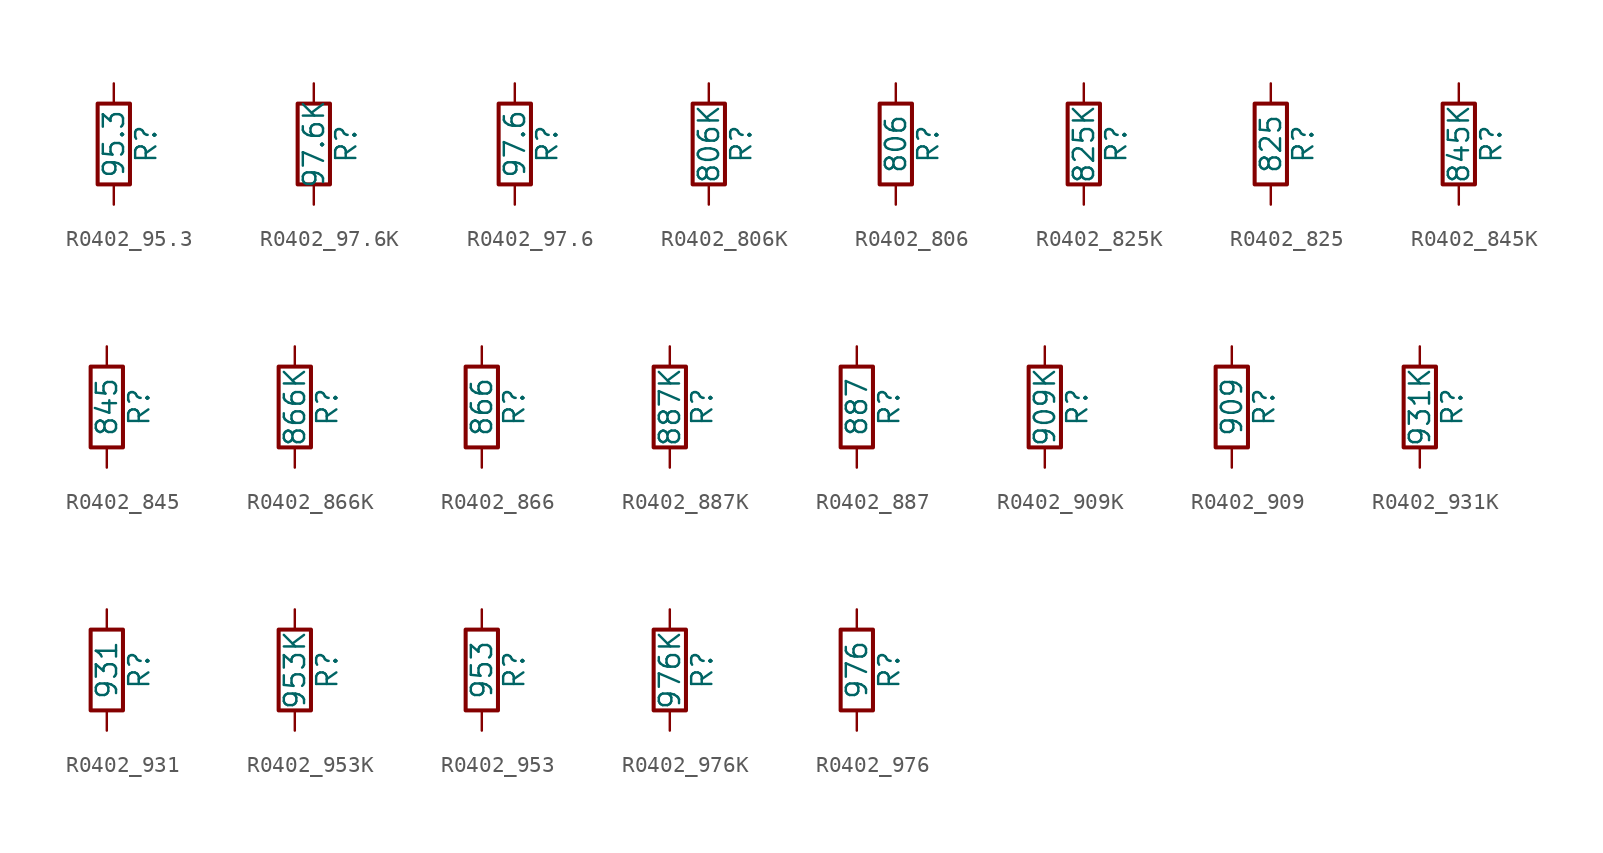
<source format=kicad_sym>
(kicad_symbol_lib
  (version 20211014)
  (generator atlantix-eda)
  (symbol "R0402_95.3"
    (pin_numbers hide)
    (pin_names
      (offset 0))
    (property "Reference" "R"
      (at 2.032 0 90)
      (effects (font (size 1.27 1.27))))
    (property "Value" "95.3"
      (at 0 0 90)
      (effects (font (size 1.27 1.27))))
    (symbol "R0402_95.3_0_1"
      (rectangle (start -1.016 -2.54) (end 1.016 2.54) (stroke (width 0.254) (type default) (color 0 0 0 0)) (fill (type none))))
    (symbol "R0402_95.3_1_1"
      (pin passive line (at 0 3.81 270) (length 1.27) (name "~" (effects (font (size 1.27 1.27)))) (number "1" (effects (font (size 1.27 1.27)))))
      (pin passive line (at 0 -3.81 90) (length 1.27) (name "~" (effects (font (size 1.27 1.27)))) (number "2" (effects (font (size 1.27 1.27)))))))
  (symbol "R0402_97.6K"
    (pin_numbers hide)
    (pin_names
      (offset 0))
    (property "Reference" "R"
      (at 2.032 0 90)
      (effects (font (size 1.27 1.27))))
    (property "Value" "97.6K"
      (at 0 0 90)
      (effects (font (size 1.27 1.27))))
    (symbol "R0402_97.6K_0_1"
      (rectangle (start -1.016 -2.54) (end 1.016 2.54) (stroke (width 0.254) (type default) (color 0 0 0 0)) (fill (type none))))
    (symbol "R0402_97.6K_1_1"
      (pin passive line (at 0 3.81 270) (length 1.27) (name "~" (effects (font (size 1.27 1.27)))) (number "1" (effects (font (size 1.27 1.27)))))
      (pin passive line (at 0 -3.81 90) (length 1.27) (name "~" (effects (font (size 1.27 1.27)))) (number "2" (effects (font (size 1.27 1.27)))))))
  (symbol "R0402_97.6"
    (pin_numbers hide)
    (pin_names
      (offset 0))
    (property "Reference" "R"
      (at 2.032 0 90)
      (effects (font (size 1.27 1.27))))
    (property "Value" "97.6"
      (at 0 0 90)
      (effects (font (size 1.27 1.27))))
    (symbol "R0402_97.6_0_1"
      (rectangle (start -1.016 -2.54) (end 1.016 2.54) (stroke (width 0.254) (type default) (color 0 0 0 0)) (fill (type none))))
    (symbol "R0402_97.6_1_1"
      (pin passive line (at 0 3.81 270) (length 1.27) (name "~" (effects (font (size 1.27 1.27)))) (number "1" (effects (font (size 1.27 1.27)))))
      (pin passive line (at 0 -3.81 90) (length 1.27) (name "~" (effects (font (size 1.27 1.27)))) (number "2" (effects (font (size 1.27 1.27)))))))
  (symbol "R0402_806K"
    (pin_numbers hide)
    (pin_names
      (offset 0))
    (property "Reference" "R"
      (at 2.032 0 90)
      (effects (font (size 1.27 1.27))))
    (property "Value" "806K"
      (at 0 0 90)
      (effects (font (size 1.27 1.27))))
    (symbol "R0402_806K_0_1"
      (rectangle (start -1.016 -2.54) (end 1.016 2.54) (stroke (width 0.254) (type default) (color 0 0 0 0)) (fill (type none))))
    (symbol "R0402_806K_1_1"
      (pin passive line (at 0 3.81 270) (length 1.27) (name "~" (effects (font (size 1.27 1.27)))) (number "1" (effects (font (size 1.27 1.27)))))
      (pin passive line (at 0 -3.81 90) (length 1.27) (name "~" (effects (font (size 1.27 1.27)))) (number "2" (effects (font (size 1.27 1.27)))))))
  (symbol "R0402_806"
    (pin_numbers hide)
    (pin_names
      (offset 0))
    (property "Reference" "R"
      (at 2.032 0 90)
      (effects (font (size 1.27 1.27))))
    (property "Value" "806"
      (at 0 0 90)
      (effects (font (size 1.27 1.27))))
    (symbol "R0402_806_0_1"
      (rectangle (start -1.016 -2.54) (end 1.016 2.54) (stroke (width 0.254) (type default) (color 0 0 0 0)) (fill (type none))))
    (symbol "R0402_806_1_1"
      (pin passive line (at 0 3.81 270) (length 1.27) (name "~" (effects (font (size 1.27 1.27)))) (number "1" (effects (font (size 1.27 1.27)))))
      (pin passive line (at 0 -3.81 90) (length 1.27) (name "~" (effects (font (size 1.27 1.27)))) (number "2" (effects (font (size 1.27 1.27)))))))
  (symbol "R0402_825K"
    (pin_numbers hide)
    (pin_names
      (offset 0))
    (property "Reference" "R"
      (at 2.032 0 90)
      (effects (font (size 1.27 1.27))))
    (property "Value" "825K"
      (at 0 0 90)
      (effects (font (size 1.27 1.27))))
    (symbol "R0402_825K_0_1"
      (rectangle (start -1.016 -2.54) (end 1.016 2.54) (stroke (width 0.254) (type default) (color 0 0 0 0)) (fill (type none))))
    (symbol "R0402_825K_1_1"
      (pin passive line (at 0 3.81 270) (length 1.27) (name "~" (effects (font (size 1.27 1.27)))) (number "1" (effects (font (size 1.27 1.27)))))
      (pin passive line (at 0 -3.81 90) (length 1.27) (name "~" (effects (font (size 1.27 1.27)))) (number "2" (effects (font (size 1.27 1.27)))))))
  (symbol "R0402_825"
    (pin_numbers hide)
    (pin_names
      (offset 0))
    (property "Reference" "R"
      (at 2.032 0 90)
      (effects (font (size 1.27 1.27))))
    (property "Value" "825"
      (at 0 0 90)
      (effects (font (size 1.27 1.27))))
    (symbol "R0402_825_0_1"
      (rectangle (start -1.016 -2.54) (end 1.016 2.54) (stroke (width 0.254) (type default) (color 0 0 0 0)) (fill (type none))))
    (symbol "R0402_825_1_1"
      (pin passive line (at 0 3.81 270) (length 1.27) (name "~" (effects (font (size 1.27 1.27)))) (number "1" (effects (font (size 1.27 1.27)))))
      (pin passive line (at 0 -3.81 90) (length 1.27) (name "~" (effects (font (size 1.27 1.27)))) (number "2" (effects (font (size 1.27 1.27)))))))
  (symbol "R0402_845K"
    (pin_numbers hide)
    (pin_names
      (offset 0))
    (property "Reference" "R"
      (at 2.032 0 90)
      (effects (font (size 1.27 1.27))))
    (property "Value" "845K"
      (at 0 0 90)
      (effects (font (size 1.27 1.27))))
    (symbol "R0402_845K_0_1"
      (rectangle (start -1.016 -2.54) (end 1.016 2.54) (stroke (width 0.254) (type default) (color 0 0 0 0)) (fill (type none))))
    (symbol "R0402_845K_1_1"
      (pin passive line (at 0 3.81 270) (length 1.27) (name "~" (effects (font (size 1.27 1.27)))) (number "1" (effects (font (size 1.27 1.27)))))
      (pin passive line (at 0 -3.81 90) (length 1.27) (name "~" (effects (font (size 1.27 1.27)))) (number "2" (effects (font (size 1.27 1.27)))))))
  (symbol "R0402_845"
    (pin_numbers hide)
    (pin_names
      (offset 0))
    (property "Reference" "R"
      (at 2.032 0 90)
      (effects (font (size 1.27 1.27))))
    (property "Value" "845"
      (at 0 0 90)
      (effects (font (size 1.27 1.27))))
    (symbol "R0402_845_0_1"
      (rectangle (start -1.016 -2.54) (end 1.016 2.54) (stroke (width 0.254) (type default) (color 0 0 0 0)) (fill (type none))))
    (symbol "R0402_845_1_1"
      (pin passive line (at 0 3.81 270) (length 1.27) (name "~" (effects (font (size 1.27 1.27)))) (number "1" (effects (font (size 1.27 1.27)))))
      (pin passive line (at 0 -3.81 90) (length 1.27) (name "~" (effects (font (size 1.27 1.27)))) (number "2" (effects (font (size 1.27 1.27)))))))
  (symbol "R0402_866K"
    (pin_numbers hide)
    (pin_names
      (offset 0))
    (property "Reference" "R"
      (at 2.032 0 90)
      (effects (font (size 1.27 1.27))))
    (property "Value" "866K"
      (at 0 0 90)
      (effects (font (size 1.27 1.27))))
    (symbol "R0402_866K_0_1"
      (rectangle (start -1.016 -2.54) (end 1.016 2.54) (stroke (width 0.254) (type default) (color 0 0 0 0)) (fill (type none))))
    (symbol "R0402_866K_1_1"
      (pin passive line (at 0 3.81 270) (length 1.27) (name "~" (effects (font (size 1.27 1.27)))) (number "1" (effects (font (size 1.27 1.27)))))
      (pin passive line (at 0 -3.81 90) (length 1.27) (name "~" (effects (font (size 1.27 1.27)))) (number "2" (effects (font (size 1.27 1.27)))))))
  (symbol "R0402_866"
    (pin_numbers hide)
    (pin_names
      (offset 0))
    (property "Reference" "R"
      (at 2.032 0 90)
      (effects (font (size 1.27 1.27))))
    (property "Value" "866"
      (at 0 0 90)
      (effects (font (size 1.27 1.27))))
    (symbol "R0402_866_0_1"
      (rectangle (start -1.016 -2.54) (end 1.016 2.54) (stroke (width 0.254) (type default) (color 0 0 0 0)) (fill (type none))))
    (symbol "R0402_866_1_1"
      (pin passive line (at 0 3.81 270) (length 1.27) (name "~" (effects (font (size 1.27 1.27)))) (number "1" (effects (font (size 1.27 1.27)))))
      (pin passive line (at 0 -3.81 90) (length 1.27) (name "~" (effects (font (size 1.27 1.27)))) (number "2" (effects (font (size 1.27 1.27)))))))
  (symbol "R0402_887K"
    (pin_numbers hide)
    (pin_names
      (offset 0))
    (property "Reference" "R"
      (at 2.032 0 90)
      (effects (font (size 1.27 1.27))))
    (property "Value" "887K"
      (at 0 0 90)
      (effects (font (size 1.27 1.27))))
    (symbol "R0402_887K_0_1"
      (rectangle (start -1.016 -2.54) (end 1.016 2.54) (stroke (width 0.254) (type default) (color 0 0 0 0)) (fill (type none))))
    (symbol "R0402_887K_1_1"
      (pin passive line (at 0 3.81 270) (length 1.27) (name "~" (effects (font (size 1.27 1.27)))) (number "1" (effects (font (size 1.27 1.27)))))
      (pin passive line (at 0 -3.81 90) (length 1.27) (name "~" (effects (font (size 1.27 1.27)))) (number "2" (effects (font (size 1.27 1.27)))))))
  (symbol "R0402_887"
    (pin_numbers hide)
    (pin_names
      (offset 0))
    (property "Reference" "R"
      (at 2.032 0 90)
      (effects (font (size 1.27 1.27))))
    (property "Value" "887"
      (at 0 0 90)
      (effects (font (size 1.27 1.27))))
    (symbol "R0402_887_0_1"
      (rectangle (start -1.016 -2.54) (end 1.016 2.54) (stroke (width 0.254) (type default) (color 0 0 0 0)) (fill (type none))))
    (symbol "R0402_887_1_1"
      (pin passive line (at 0 3.81 270) (length 1.27) (name "~" (effects (font (size 1.27 1.27)))) (number "1" (effects (font (size 1.27 1.27)))))
      (pin passive line (at 0 -3.81 90) (length 1.27) (name "~" (effects (font (size 1.27 1.27)))) (number "2" (effects (font (size 1.27 1.27)))))))
  (symbol "R0402_909K"
    (pin_numbers hide)
    (pin_names
      (offset 0))
    (property "Reference" "R"
      (at 2.032 0 90)
      (effects (font (size 1.27 1.27))))
    (property "Value" "909K"
      (at 0 0 90)
      (effects (font (size 1.27 1.27))))
    (symbol "R0402_909K_0_1"
      (rectangle (start -1.016 -2.54) (end 1.016 2.54) (stroke (width 0.254) (type default) (color 0 0 0 0)) (fill (type none))))
    (symbol "R0402_909K_1_1"
      (pin passive line (at 0 3.81 270) (length 1.27) (name "~" (effects (font (size 1.27 1.27)))) (number "1" (effects (font (size 1.27 1.27)))))
      (pin passive line (at 0 -3.81 90) (length 1.27) (name "~" (effects (font (size 1.27 1.27)))) (number "2" (effects (font (size 1.27 1.27)))))))
  (symbol "R0402_909"
    (pin_numbers hide)
    (pin_names
      (offset 0))
    (property "Reference" "R"
      (at 2.032 0 90)
      (effects (font (size 1.27 1.27))))
    (property "Value" "909"
      (at 0 0 90)
      (effects (font (size 1.27 1.27))))
    (symbol "R0402_909_0_1"
      (rectangle (start -1.016 -2.54) (end 1.016 2.54) (stroke (width 0.254) (type default) (color 0 0 0 0)) (fill (type none))))
    (symbol "R0402_909_1_1"
      (pin passive line (at 0 3.81 270) (length 1.27) (name "~" (effects (font (size 1.27 1.27)))) (number "1" (effects (font (size 1.27 1.27)))))
      (pin passive line (at 0 -3.81 90) (length 1.27) (name "~" (effects (font (size 1.27 1.27)))) (number "2" (effects (font (size 1.27 1.27)))))))
  (symbol "R0402_931K"
    (pin_numbers hide)
    (pin_names
      (offset 0))
    (property "Reference" "R"
      (at 2.032 0 90)
      (effects (font (size 1.27 1.27))))
    (property "Value" "931K"
      (at 0 0 90)
      (effects (font (size 1.27 1.27))))
    (symbol "R0402_931K_0_1"
      (rectangle (start -1.016 -2.54) (end 1.016 2.54) (stroke (width 0.254) (type default) (color 0 0 0 0)) (fill (type none))))
    (symbol "R0402_931K_1_1"
      (pin passive line (at 0 3.81 270) (length 1.27) (name "~" (effects (font (size 1.27 1.27)))) (number "1" (effects (font (size 1.27 1.27)))))
      (pin passive line (at 0 -3.81 90) (length 1.27) (name "~" (effects (font (size 1.27 1.27)))) (number "2" (effects (font (size 1.27 1.27)))))))
  (symbol "R0402_931"
    (pin_numbers hide)
    (pin_names
      (offset 0))
    (property "Reference" "R"
      (at 2.032 0 90)
      (effects (font (size 1.27 1.27))))
    (property "Value" "931"
      (at 0 0 90)
      (effects (font (size 1.27 1.27))))
    (symbol "R0402_931_0_1"
      (rectangle (start -1.016 -2.54) (end 1.016 2.54) (stroke (width 0.254) (type default) (color 0 0 0 0)) (fill (type none))))
    (symbol "R0402_931_1_1"
      (pin passive line (at 0 3.81 270) (length 1.27) (name "~" (effects (font (size 1.27 1.27)))) (number "1" (effects (font (size 1.27 1.27)))))
      (pin passive line (at 0 -3.81 90) (length 1.27) (name "~" (effects (font (size 1.27 1.27)))) (number "2" (effects (font (size 1.27 1.27)))))))
  (symbol "R0402_953K"
    (pin_numbers hide)
    (pin_names
      (offset 0))
    (property "Reference" "R"
      (at 2.032 0 90)
      (effects (font (size 1.27 1.27))))
    (property "Value" "953K"
      (at 0 0 90)
      (effects (font (size 1.27 1.27))))
    (symbol "R0402_953K_0_1"
      (rectangle (start -1.016 -2.54) (end 1.016 2.54) (stroke (width 0.254) (type default) (color 0 0 0 0)) (fill (type none))))
    (symbol "R0402_953K_1_1"
      (pin passive line (at 0 3.81 270) (length 1.27) (name "~" (effects (font (size 1.27 1.27)))) (number "1" (effects (font (size 1.27 1.27)))))
      (pin passive line (at 0 -3.81 90) (length 1.27) (name "~" (effects (font (size 1.27 1.27)))) (number "2" (effects (font (size 1.27 1.27)))))))
  (symbol "R0402_953"
    (pin_numbers hide)
    (pin_names
      (offset 0))
    (property "Reference" "R"
      (at 2.032 0 90)
      (effects (font (size 1.27 1.27))))
    (property "Value" "953"
      (at 0 0 90)
      (effects (font (size 1.27 1.27))))
    (symbol "R0402_953_0_1"
      (rectangle (start -1.016 -2.54) (end 1.016 2.54) (stroke (width 0.254) (type default) (color 0 0 0 0)) (fill (type none))))
    (symbol "R0402_953_1_1"
      (pin passive line (at 0 3.81 270) (length 1.27) (name "~" (effects (font (size 1.27 1.27)))) (number "1" (effects (font (size 1.27 1.27)))))
      (pin passive line (at 0 -3.81 90) (length 1.27) (name "~" (effects (font (size 1.27 1.27)))) (number "2" (effects (font (size 1.27 1.27)))))))
  (symbol "R0402_976K"
    (pin_numbers hide)
    (pin_names
      (offset 0))
    (property "Reference" "R"
      (at 2.032 0 90)
      (effects (font (size 1.27 1.27))))
    (property "Value" "976K"
      (at 0 0 90)
      (effects (font (size 1.27 1.27))))
    (symbol "R0402_976K_0_1"
      (rectangle (start -1.016 -2.54) (end 1.016 2.54) (stroke (width 0.254) (type default) (color 0 0 0 0)) (fill (type none))))
    (symbol "R0402_976K_1_1"
      (pin passive line (at 0 3.81 270) (length 1.27) (name "~" (effects (font (size 1.27 1.27)))) (number "1" (effects (font (size 1.27 1.27)))))
      (pin passive line (at 0 -3.81 90) (length 1.27) (name "~" (effects (font (size 1.27 1.27)))) (number "2" (effects (font (size 1.27 1.27)))))))
  (symbol "R0402_976"
    (pin_numbers hide)
    (pin_names
      (offset 0))
    (property "Reference" "R"
      (at 2.032 0 90)
      (effects (font (size 1.27 1.27))))
    (property "Value" "976"
      (at 0 0 90)
      (effects (font (size 1.27 1.27))))
    (symbol "R0402_976_0_1"
      (rectangle (start -1.016 -2.54) (end 1.016 2.54) (stroke (width 0.254) (type default) (color 0 0 0 0)) (fill (type none))))
    (symbol "R0402_976_1_1"
      (pin passive line (at 0 3.81 270) (length 1.27) (name "~" (effects (font (size 1.27 1.27)))) (number "1" (effects (font (size 1.27 1.27)))))
      (pin passive line (at 0 -3.81 90) (length 1.27) (name "~" (effects (font (size 1.27 1.27)))) (number "2" (effects (font (size 1.27 1.27))))))))
</source>
